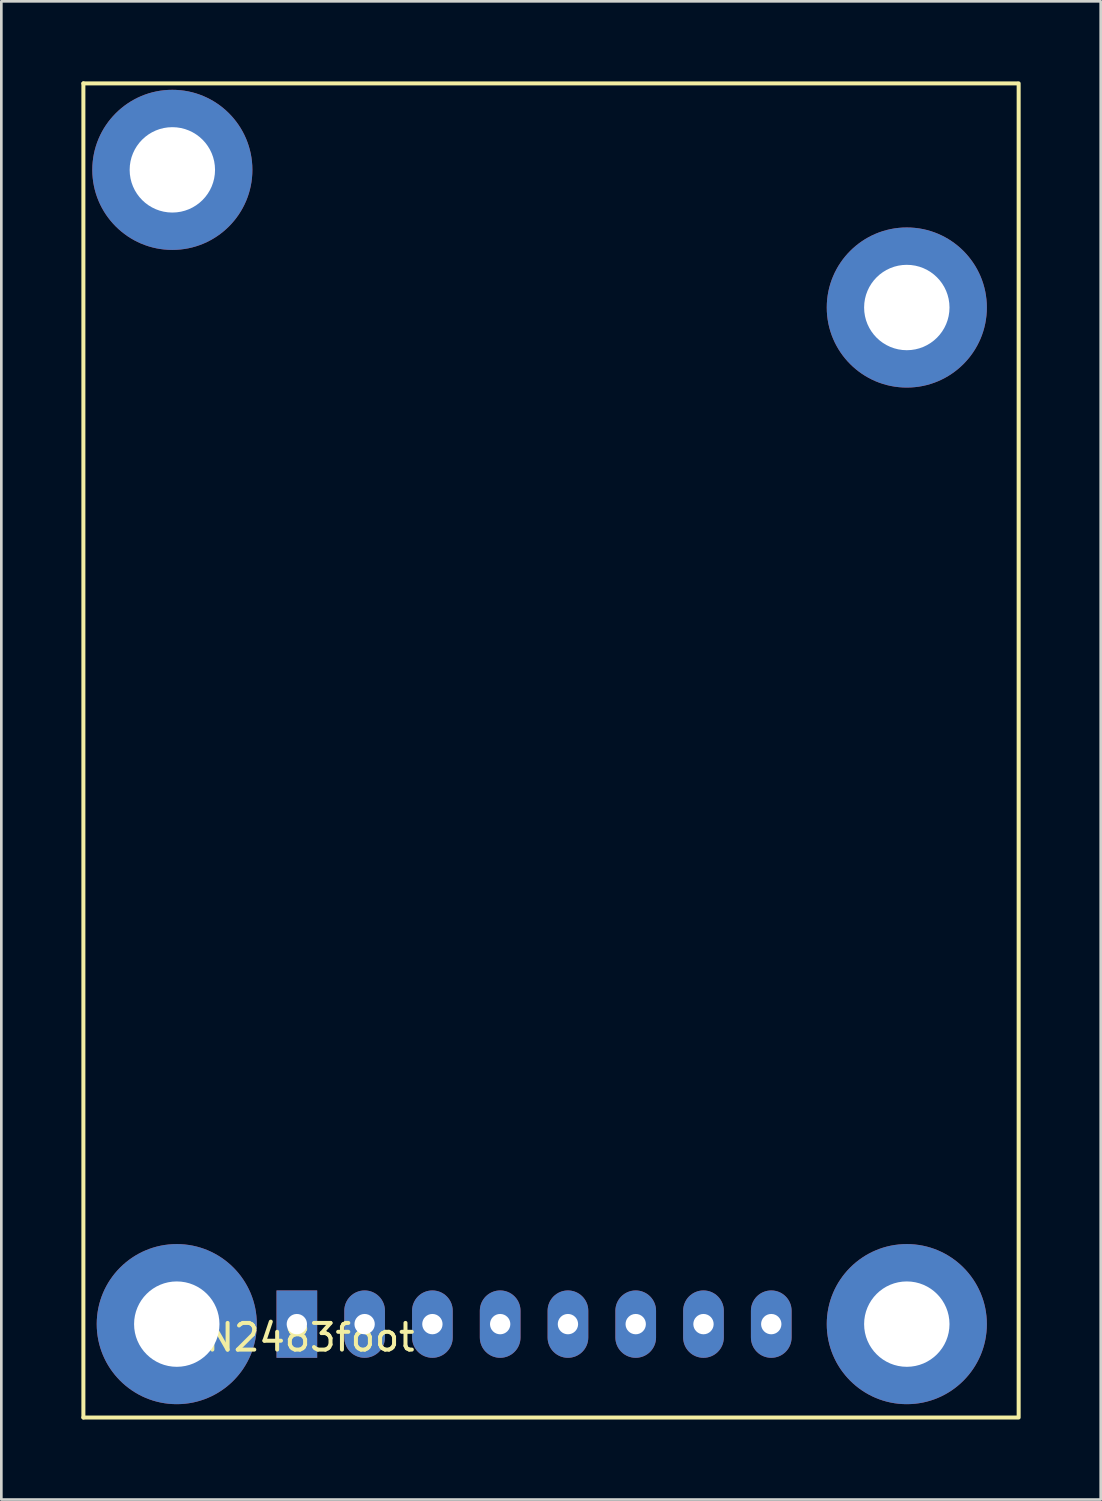
<source format=kicad_pcb>
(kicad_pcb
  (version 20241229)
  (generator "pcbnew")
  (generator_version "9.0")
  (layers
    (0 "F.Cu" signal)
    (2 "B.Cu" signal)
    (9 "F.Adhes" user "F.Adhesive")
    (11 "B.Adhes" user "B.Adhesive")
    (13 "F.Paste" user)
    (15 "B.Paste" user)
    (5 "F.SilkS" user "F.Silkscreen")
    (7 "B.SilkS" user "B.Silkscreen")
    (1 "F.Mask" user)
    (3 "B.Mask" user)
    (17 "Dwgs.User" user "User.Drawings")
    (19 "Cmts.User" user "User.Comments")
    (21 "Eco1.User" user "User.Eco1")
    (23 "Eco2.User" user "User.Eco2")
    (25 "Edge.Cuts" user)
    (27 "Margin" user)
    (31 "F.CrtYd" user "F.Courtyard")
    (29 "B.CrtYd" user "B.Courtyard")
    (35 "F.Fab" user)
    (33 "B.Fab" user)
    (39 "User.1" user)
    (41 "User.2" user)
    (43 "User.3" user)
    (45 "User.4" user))
  (footprint "RN2483foot"
    (layer "F.Cu")
    (at 8.075 46.575)
    (property "Reference" "RN2483foot" (at 0 0.5 0) (layer "F.SilkS") (effects (font (size 1 1) (thickness 0.15))))
    (attr through_hole)
    (fp_line (start -8 -46.5) (end 27 -46.5) (stroke (width 0.15) (type solid)) (layer "F.SilkS"))
    (fp_line (start -8 3.5) (end -8 -46.5) (stroke (width 0.15) (type solid)) (layer "F.SilkS"))
    (fp_line (start -8 3.5) (end 27 3.5) (stroke (width 0.15) (type solid)) (layer "F.SilkS"))
    (fp_line (start 27.052 3.5) (end 27.052 -46.5) (stroke (width 0.15) (type solid)) (layer "F.SilkS"))
    (pad "" np_thru_hole circle (at -4.666 -43.259) (size 6 6) (drill 3.2) (layers "*.Cu" "*.Mask"))
    (pad "" np_thru_hole circle (at -4.5 0) (size 6 6) (drill 3.2) (layers "*.Cu" "*.Mask"))
    (pad "" np_thru_hole circle (at 22.86 -38.1) (size 6 6) (drill 3.2) (layers "*.Cu" "*.Mask"))
    (pad "" np_thru_hole circle (at 22.86 0) (size 6 6) (drill 3.2) (layers "*.Cu" "*.Mask"))
    (pad "1" thru_hole rect (at 0 0) (size 1.524 2.524) (drill 0.762) (layers "*.Cu" "*.Mask"))
    (pad "2" thru_hole oval (at 2.54 0) (size 1.524 2.524) (drill 0.762) (layers "*.Cu" "*.Mask"))
    (pad "3" thru_hole oval (at 5.08 0) (size 1.524 2.524) (drill 0.762) (layers "*.Cu" "*.Mask"))
    (pad "4" thru_hole oval (at 7.62 0) (size 1.524 2.524) (drill 0.762) (layers "*.Cu" "*.Mask"))
    (pad "5" thru_hole oval (at 10.16 0) (size 1.524 2.524) (drill 0.762) (layers "*.Cu" "*.Mask"))
    (pad "6" thru_hole oval (at 12.7 0) (size 1.524 2.524) (drill 0.762) (layers "*.Cu" "*.Mask"))
    (pad "7" thru_hole oval (at 15.24 0) (size 1.524 2.524) (drill 0.762) (layers "*.Cu" "*.Mask"))
    (pad "8" thru_hole oval (at 17.78 0) (size 1.524 2.524) (drill 0.762) (layers "*.Cu" "*.Mask")))
  (gr_rect
    (start -3 -3)
    (end 38.202 53.15)
    (stroke (width 0.1) (type default))
    (fill no)
    (layer "Edge.Cuts")))
</source>
